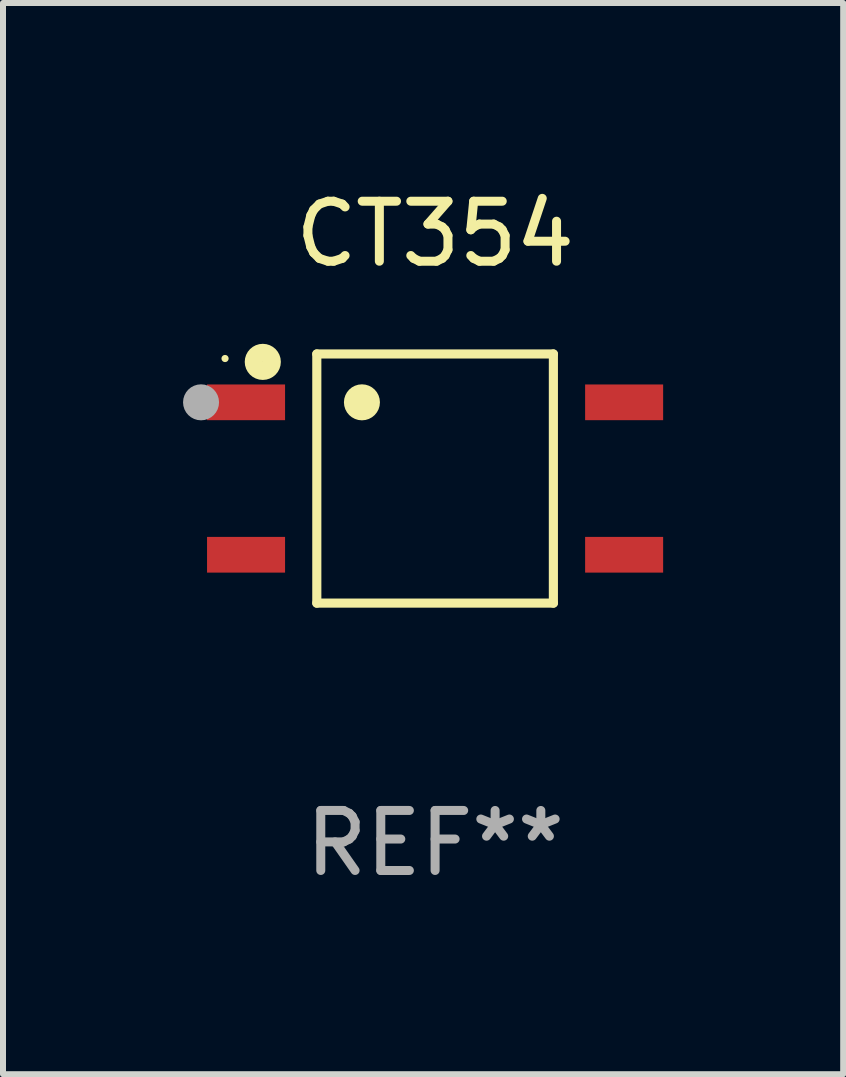
<source format=kicad_pcb>
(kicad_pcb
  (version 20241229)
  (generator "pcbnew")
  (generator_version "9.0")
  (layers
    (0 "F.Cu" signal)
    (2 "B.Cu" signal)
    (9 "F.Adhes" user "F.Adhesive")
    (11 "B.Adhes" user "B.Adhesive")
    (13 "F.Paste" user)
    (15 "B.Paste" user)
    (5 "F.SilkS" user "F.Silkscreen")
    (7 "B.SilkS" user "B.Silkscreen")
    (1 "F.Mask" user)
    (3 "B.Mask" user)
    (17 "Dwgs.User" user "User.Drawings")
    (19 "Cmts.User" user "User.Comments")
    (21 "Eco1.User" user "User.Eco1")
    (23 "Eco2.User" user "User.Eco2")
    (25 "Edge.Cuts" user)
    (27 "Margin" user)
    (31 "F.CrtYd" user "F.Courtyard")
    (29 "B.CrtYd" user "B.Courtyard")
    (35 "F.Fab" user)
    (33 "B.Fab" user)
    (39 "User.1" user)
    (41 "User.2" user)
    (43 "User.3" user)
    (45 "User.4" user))
  (footprint "CT354"
    (layer "F.Cu")
    (at 4.2 4.924)
    (property "Reference" "CT354" (at 0 -4.076 0) (layer "F.SilkS") (effects (font (size 1 1) (thickness 0.15))))
    (attr through_hole)
    (fp_line (start -1.971 -2.076) (end 1.971 -2.076) (stroke (width 0.152) (type solid)) (layer "F.SilkS"))
    (fp_line (start -1.971 2.076) (end -1.971 -2.076) (stroke (width 0.152) (type solid)) (layer "F.SilkS"))
    (fp_line (start 1.971 -2.076) (end 1.971 2.076) (stroke (width 0.152) (type solid)) (layer "F.SilkS"))
    (fp_line (start 1.971 2.076) (end -1.971 2.076) (stroke (width 0.152) (type solid)) (layer "F.SilkS"))
    (fp_circle (center -3.5 -2) (end -3.47 -2) (stroke (width 0.06) (type solid)) (fill no) (layer "F.SilkS"))
    (fp_circle (center -2.871 -1.944) (end -2.72 -1.944) (stroke (width 0.3) (type solid)) (fill no) (layer "F.SilkS"))
    (fp_circle (center -1.219 -1.27) (end -1.069 -1.27) (stroke (width 0.3) (type solid)) (fill no) (layer "F.SilkS"))
    (fp_circle (center -3.9 -1.27) (end -3.75 -1.27) (stroke (width 0.3) (type solid)) (fill no) (layer "F.Fab"))
    (fp_text user "REF**" (at 0 6.076 0) (layer "F.Fab") (effects (font (size 1 1) (thickness 0.15))))
    (pad "1" smd rect (at -3.15 -1.27 270) (size 0.595 1.3) (layers "F.Cu" "F.Mask" "F.Paste"))
    (pad "2" smd rect (at -3.15 1.27 270) (size 0.595 1.3) (layers "F.Cu" "F.Mask" "F.Paste"))
    (pad "3" smd rect (at 3.15 1.27 270) (size 0.595 1.3) (layers "F.Cu" "F.Mask" "F.Paste"))
    (pad "4" smd rect (at 3.15 -1.27 270) (size 0.595 1.3) (layers "F.Cu" "F.Mask" "F.Paste")))
  (gr_rect
    (start -3 -3)
    (end 11 14.849)
    (stroke (width 0.1) (type default))
    (fill no)
    (layer "Edge.Cuts")))
</source>
